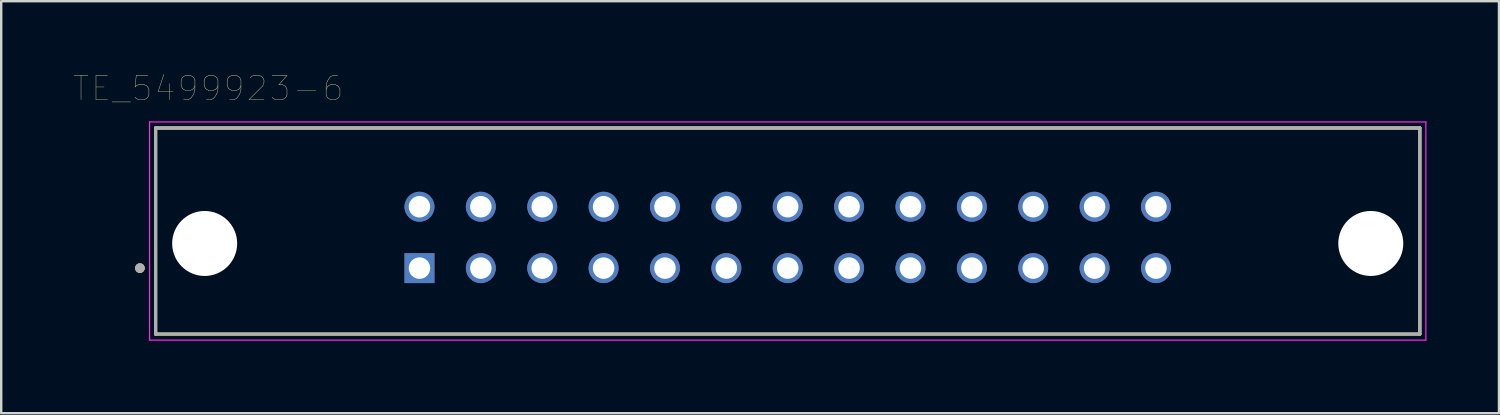
<source format=kicad_pcb>
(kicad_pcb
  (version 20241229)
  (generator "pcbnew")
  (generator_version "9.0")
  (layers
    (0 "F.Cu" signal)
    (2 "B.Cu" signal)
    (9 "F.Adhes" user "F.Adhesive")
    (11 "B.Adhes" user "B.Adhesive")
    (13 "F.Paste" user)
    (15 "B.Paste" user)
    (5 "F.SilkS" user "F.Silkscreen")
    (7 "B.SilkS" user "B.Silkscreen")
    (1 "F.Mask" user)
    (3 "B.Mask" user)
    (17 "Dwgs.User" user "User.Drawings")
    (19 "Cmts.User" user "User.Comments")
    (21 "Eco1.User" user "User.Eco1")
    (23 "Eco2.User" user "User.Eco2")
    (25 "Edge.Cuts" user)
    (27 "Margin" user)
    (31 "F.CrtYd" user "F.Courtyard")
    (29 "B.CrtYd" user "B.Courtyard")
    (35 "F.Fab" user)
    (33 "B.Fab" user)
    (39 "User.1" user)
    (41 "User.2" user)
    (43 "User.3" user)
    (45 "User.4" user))
  (footprint "TE_5499923-6"
    (layer "F.Cu")
    (at 14.31 8.046)
    (property "Reference" "TE_5499923-6" (at -8.745 -7.435 0) (layer "F.SilkS") (effects (font (size 1 1) (thickness 0.015))))
    (attr through_hole)
    (fp_line (start -10.92 2.73) (end -10.92 -5.8) (stroke (width 0.127) (type solid)) (layer "F.SilkS"))
    (fp_line (start 41.4 -5.8) (end -10.92 -5.8) (stroke (width 0.127) (type solid)) (layer "F.SilkS"))
    (fp_line (start 41.4 -5.8) (end 41.4 2.73) (stroke (width 0.127) (type solid)) (layer "F.SilkS"))
    (fp_line (start 41.4 2.73) (end -10.92 2.73) (stroke (width 0.127) (type solid)) (layer "F.SilkS"))
    (fp_circle (center -11.57 0) (end -11.47 0) (stroke (width 0.2) (type solid)) (fill no) (layer "F.SilkS"))
    (fp_line (start -11.17 -6.05) (end 41.65 -6.05) (stroke (width 0.05) (type solid)) (layer "F.CrtYd"))
    (fp_line (start -11.17 2.98) (end -11.17 -6.05) (stroke (width 0.05) (type solid)) (layer "F.CrtYd"))
    (fp_line (start 41.65 -6.05) (end 41.65 2.98) (stroke (width 0.05) (type solid)) (layer "F.CrtYd"))
    (fp_line (start 41.65 2.98) (end -11.17 2.98) (stroke (width 0.05) (type solid)) (layer "F.CrtYd"))
    (fp_line (start -10.92 -5.8) (end 41.4 -5.8) (stroke (width 0.127) (type solid)) (layer "F.Fab"))
    (fp_line (start -10.92 -5.8) (end 41.4 -5.8) (stroke (width 0.127) (type solid)) (layer "F.Fab"))
    (fp_line (start -10.92 2.73) (end -10.92 -5.8) (stroke (width 0.127) (type solid)) (layer "F.Fab"))
    (fp_line (start -10.92 2.73) (end -10.92 -5.8) (stroke (width 0.127) (type solid)) (layer "F.Fab"))
    (fp_line (start 41.4 -5.8) (end 41.4 2.73) (stroke (width 0.127) (type solid)) (layer "F.Fab"))
    (fp_line (start 41.4 -5.8) (end 41.4 2.73) (stroke (width 0.127) (type solid)) (layer "F.Fab"))
    (fp_line (start 41.4 2.73) (end -10.92 2.73) (stroke (width 0.127) (type solid)) (layer "F.Fab"))
    (fp_circle (center -11.57 0) (end -11.47 0) (stroke (width 0.2) (type solid)) (fill no) (layer "F.Fab"))
    (pad "" np_thru_hole circle (at -8.89 -1.02) (size 2.69 2.69) (drill 2.69) (layers "*.Cu" "*.Mask"))
    (pad "" np_thru_hole circle (at 39.37 -1.02) (size 2.69 2.69) (drill 2.69) (layers "*.Cu" "*.Mask"))
    (pad "1" thru_hole rect (at 0 0) (size 1.24 1.24) (drill 0.89) (layers "*.Cu" "*.Mask"))
    (pad "2" thru_hole circle (at 0 -2.54) (size 1.24 1.24) (drill 0.89) (layers "*.Cu" "*.Mask"))
    (pad "3" thru_hole circle (at 2.54 0) (size 1.24 1.24) (drill 0.89) (layers "*.Cu" "*.Mask"))
    (pad "4" thru_hole circle (at 2.54 -2.54) (size 1.24 1.24) (drill 0.89) (layers "*.Cu" "*.Mask"))
    (pad "5" thru_hole circle (at 5.08 0) (size 1.24 1.24) (drill 0.89) (layers "*.Cu" "*.Mask"))
    (pad "6" thru_hole circle (at 5.08 -2.54) (size 1.24 1.24) (drill 0.89) (layers "*.Cu" "*.Mask"))
    (pad "7" thru_hole circle (at 7.62 0) (size 1.24 1.24) (drill 0.89) (layers "*.Cu" "*.Mask"))
    (pad "8" thru_hole circle (at 7.62 -2.54) (size 1.24 1.24) (drill 0.89) (layers "*.Cu" "*.Mask"))
    (pad "9" thru_hole circle (at 10.16 0) (size 1.24 1.24) (drill 0.89) (layers "*.Cu" "*.Mask"))
    (pad "10" thru_hole circle (at 10.16 -2.54) (size 1.24 1.24) (drill 0.89) (layers "*.Cu" "*.Mask"))
    (pad "11" thru_hole circle (at 12.7 0) (size 1.24 1.24) (drill 0.89) (layers "*.Cu" "*.Mask"))
    (pad "12" thru_hole circle (at 12.7 -2.54) (size 1.24 1.24) (drill 0.89) (layers "*.Cu" "*.Mask"))
    (pad "13" thru_hole circle (at 15.24 0) (size 1.24 1.24) (drill 0.89) (layers "*.Cu" "*.Mask"))
    (pad "14" thru_hole circle (at 15.24 -2.54) (size 1.24 1.24) (drill 0.89) (layers "*.Cu" "*.Mask"))
    (pad "15" thru_hole circle (at 17.78 0) (size 1.24 1.24) (drill 0.89) (layers "*.Cu" "*.Mask"))
    (pad "16" thru_hole circle (at 17.78 -2.54) (size 1.24 1.24) (drill 0.89) (layers "*.Cu" "*.Mask"))
    (pad "17" thru_hole circle (at 20.32 0) (size 1.24 1.24) (drill 0.89) (layers "*.Cu" "*.Mask"))
    (pad "18" thru_hole circle (at 20.32 -2.54) (size 1.24 1.24) (drill 0.89) (layers "*.Cu" "*.Mask"))
    (pad "19" thru_hole circle (at 22.86 0) (size 1.24 1.24) (drill 0.89) (layers "*.Cu" "*.Mask"))
    (pad "20" thru_hole circle (at 22.86 -2.54) (size 1.24 1.24) (drill 0.89) (layers "*.Cu" "*.Mask"))
    (pad "21" thru_hole circle (at 25.4 0) (size 1.24 1.24) (drill 0.89) (layers "*.Cu" "*.Mask"))
    (pad "22" thru_hole circle (at 25.4 -2.54) (size 1.24 1.24) (drill 0.89) (layers "*.Cu" "*.Mask"))
    (pad "23" thru_hole circle (at 27.94 0) (size 1.24 1.24) (drill 0.89) (layers "*.Cu" "*.Mask"))
    (pad "24" thru_hole circle (at 27.94 -2.54) (size 1.24 1.24) (drill 0.89) (layers "*.Cu" "*.Mask"))
    (pad "25" thru_hole circle (at 30.48 0) (size 1.24 1.24) (drill 0.89) (layers "*.Cu" "*.Mask"))
    (pad "26" thru_hole circle (at 30.48 -2.54) (size 1.24 1.24) (drill 0.89) (layers "*.Cu" "*.Mask")))
  (gr_rect
    (start -3 -3)
    (end 58.985 14.051)
    (stroke (width 0.1) (type default))
    (fill no)
    (layer "Edge.Cuts")))
</source>
